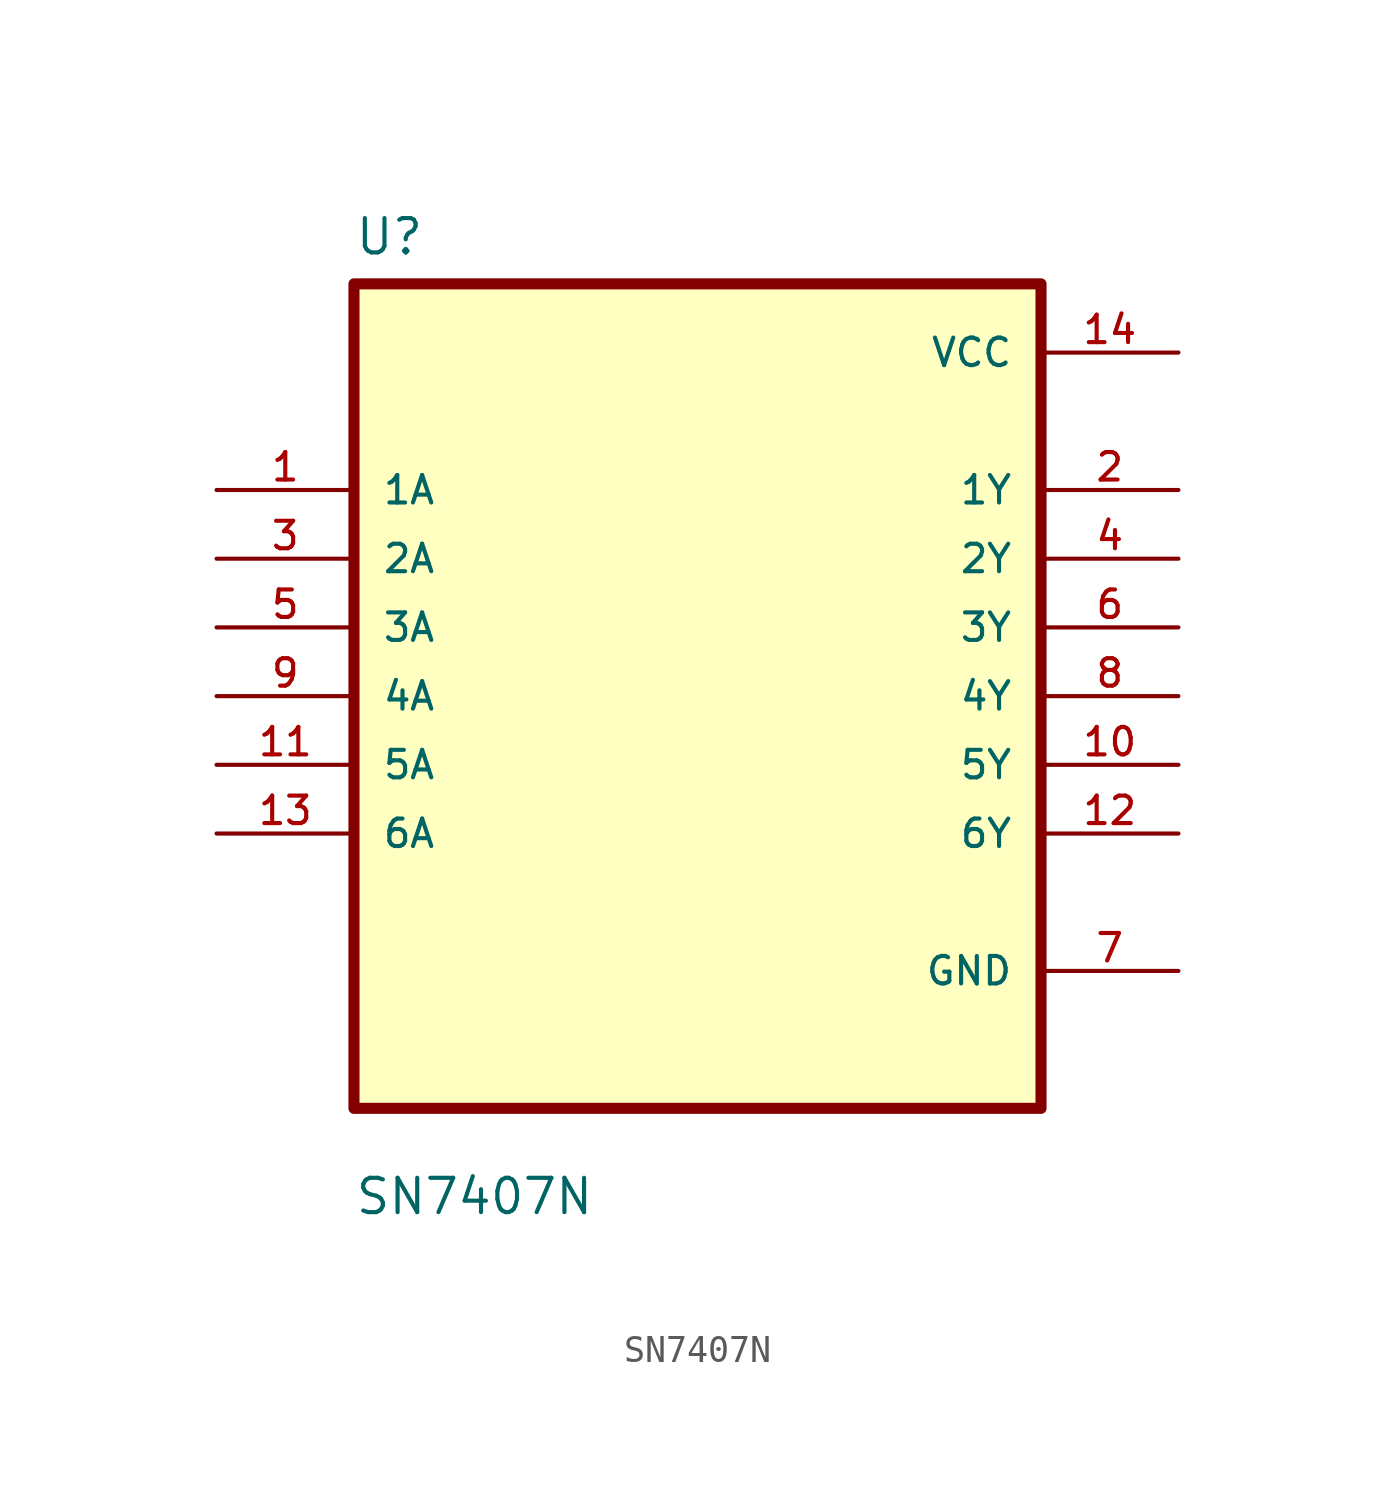
<source format=kicad_sym>
(kicad_symbol_lib
  (version 20211014)
  (generator kicad_symbol_editor)
  (symbol "SN7407N"
    (pin_names
      (offset 1.016))
    (property "Reference" "U"
      (at -12.7 16.24 0.0)
      (effects (font (size 1.27 1.27)) (justify bottom left)))
    (property "Value" "SN7407N"
      (at -12.7 -19.24 0.0)
      (effects (font (size 1.27 1.27)) (justify bottom left)))
    (symbol "SN7407N_0_0"
      (rectangle (start -12.7 -15.24) (end 12.7 15.24) (stroke (width 0.41)) (fill (type background)))
      (pin input line (at -17.78 7.62 0) (length 5.08) (name "1A" (effects (font (size 1.016 1.016)))) (number "1" (effects (font (size 1.016 1.016)))))
      (pin input line (at -17.78 5.08 0) (length 5.08) (name "2A" (effects (font (size 1.016 1.016)))) (number "3" (effects (font (size 1.016 1.016)))))
      (pin input line (at -17.78 2.54 0) (length 5.08) (name "3A" (effects (font (size 1.016 1.016)))) (number "5" (effects (font (size 1.016 1.016)))))
      (pin input line (at -17.78 0.0 0) (length 5.08) (name "4A" (effects (font (size 1.016 1.016)))) (number "9" (effects (font (size 1.016 1.016)))))
      (pin input line (at -17.78 -2.54 0) (length 5.08) (name "5A" (effects (font (size 1.016 1.016)))) (number "11" (effects (font (size 1.016 1.016)))))
      (pin input line (at -17.78 -5.08 0) (length 5.08) (name "6A" (effects (font (size 1.016 1.016)))) (number "13" (effects (font (size 1.016 1.016)))))
      (pin power_in line (at 17.78 12.7 180.0) (length 5.08) (name "VCC" (effects (font (size 1.016 1.016)))) (number "14" (effects (font (size 1.016 1.016)))))
      (pin output line (at 17.78 7.62 180.0) (length 5.08) (name "1Y" (effects (font (size 1.016 1.016)))) (number "2" (effects (font (size 1.016 1.016)))))
      (pin output line (at 17.78 5.08 180.0) (length 5.08) (name "2Y" (effects (font (size 1.016 1.016)))) (number "4" (effects (font (size 1.016 1.016)))))
      (pin output line (at 17.78 2.54 180.0) (length 5.08) (name "3Y" (effects (font (size 1.016 1.016)))) (number "6" (effects (font (size 1.016 1.016)))))
      (pin output line (at 17.78 -8.88178e-16 180.0) (length 5.08) (name "4Y" (effects (font (size 1.016 1.016)))) (number "8" (effects (font (size 1.016 1.016)))))
      (pin output line (at 17.78 -2.54 180.0) (length 5.08) (name "5Y" (effects (font (size 1.016 1.016)))) (number "10" (effects (font (size 1.016 1.016)))))
      (pin output line (at 17.78 -5.08 180.0) (length 5.08) (name "6Y" (effects (font (size 1.016 1.016)))) (number "12" (effects (font (size 1.016 1.016)))))
      (pin power_in line (at 17.78 -10.16 180.0) (length 5.08) (name "GND" (effects (font (size 1.016 1.016)))) (number "7" (effects (font (size 1.016 1.016))))))))
</source>
